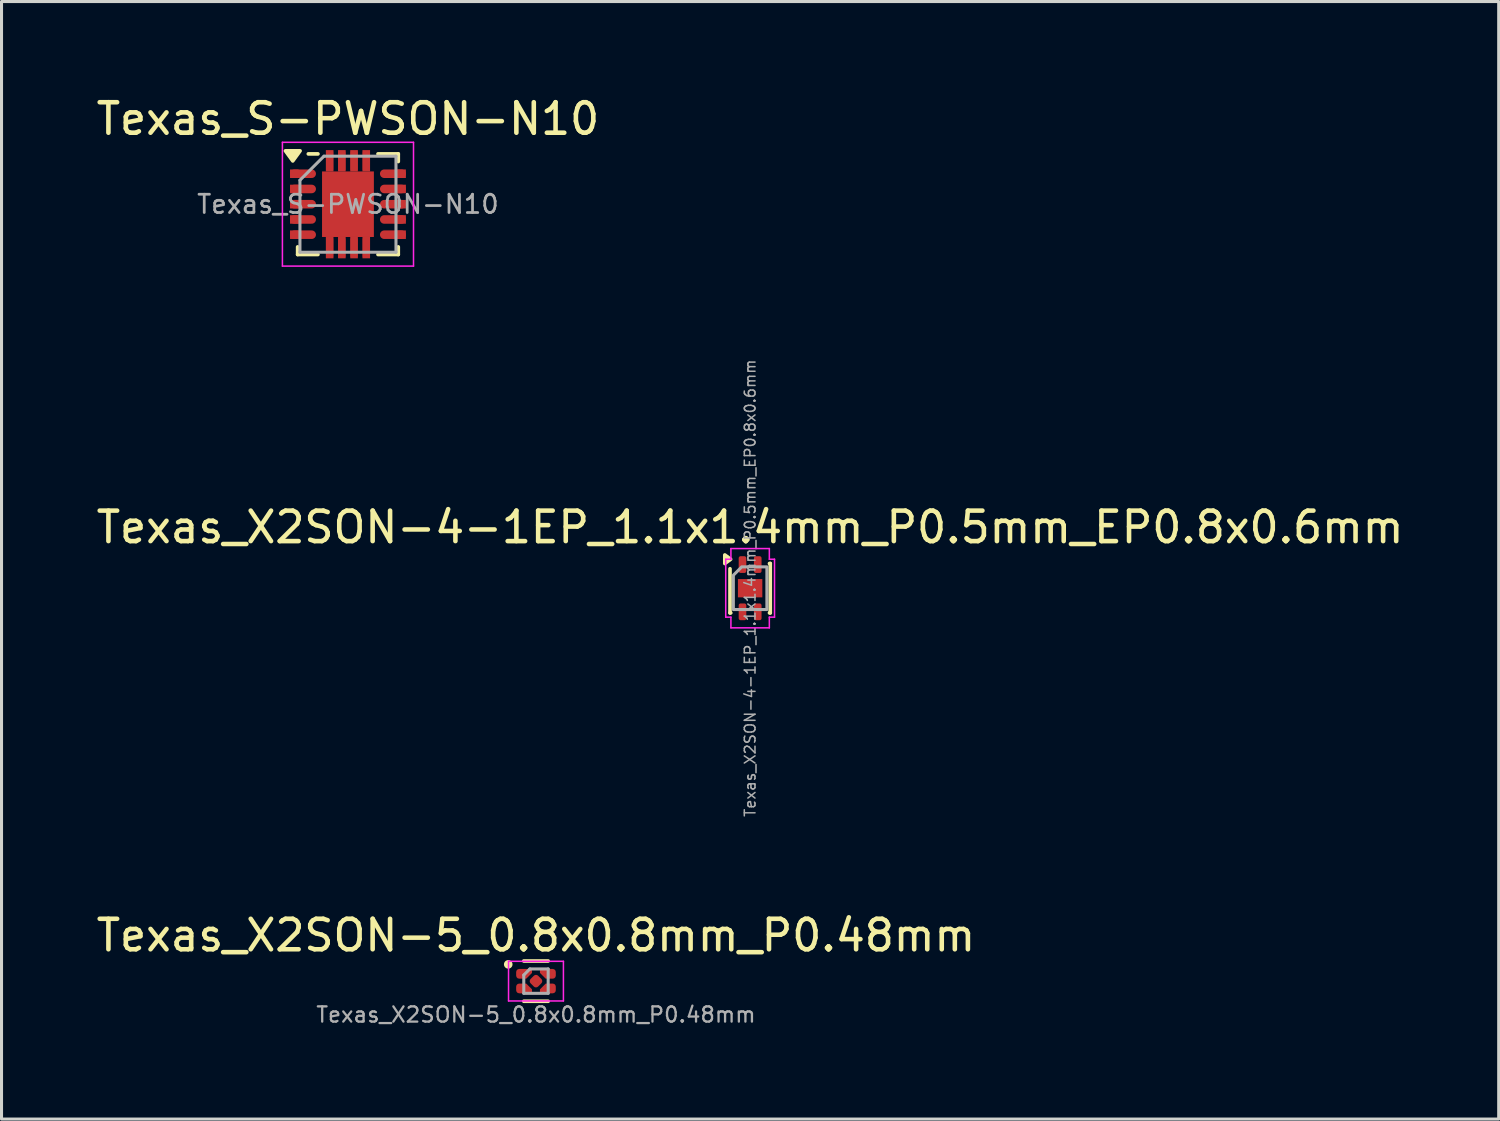
<source format=kicad_pcb>
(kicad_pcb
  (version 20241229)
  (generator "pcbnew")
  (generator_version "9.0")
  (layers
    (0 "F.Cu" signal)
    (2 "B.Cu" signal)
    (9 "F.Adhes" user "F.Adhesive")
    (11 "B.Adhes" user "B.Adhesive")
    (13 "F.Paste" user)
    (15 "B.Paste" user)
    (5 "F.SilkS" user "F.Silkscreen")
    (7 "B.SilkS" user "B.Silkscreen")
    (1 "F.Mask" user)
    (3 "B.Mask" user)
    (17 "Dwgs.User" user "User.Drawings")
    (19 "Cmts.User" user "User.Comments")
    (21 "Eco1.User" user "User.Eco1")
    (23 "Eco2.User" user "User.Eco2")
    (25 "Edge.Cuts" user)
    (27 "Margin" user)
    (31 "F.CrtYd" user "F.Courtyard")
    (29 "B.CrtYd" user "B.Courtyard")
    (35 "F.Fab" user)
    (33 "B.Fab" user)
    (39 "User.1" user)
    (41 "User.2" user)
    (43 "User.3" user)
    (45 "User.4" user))
  (footprint "Texas_S-PWSON-N10"
    (layer "F.Cu")
    (at 8.363 3.648)
    (property "Reference" "Texas_S-PWSON-N10" (at 0 -2.8 0) (layer "F.SilkS") (effects (font (size 1 1) (thickness 0.15))))
    (attr smd)
    (fp_line (start -1.65 1.65) (end -1.65 1.4) (stroke (width 0.12) (type solid)) (layer "F.SilkS"))
    (fp_line (start -1.65 1.65) (end -0.985 1.65) (stroke (width 0.12) (type solid)) (layer "F.SilkS"))
    (fp_line (start -1.3 -1.65) (end -0.985 -1.65) (stroke (width 0.12) (type solid)) (layer "F.SilkS"))
    (fp_line (start 0.985 -1.65) (end 1.65 -1.65) (stroke (width 0.12) (type solid)) (layer "F.SilkS"))
    (fp_line (start 0.985 1.65) (end 1.65 1.65) (stroke (width 0.12) (type solid)) (layer "F.SilkS"))
    (fp_line (start 1.65 -1.4) (end 1.65 -1.65) (stroke (width 0.12) (type solid)) (layer "F.SilkS"))
    (fp_line (start 1.65 1.4) (end 1.65 1.65) (stroke (width 0.12) (type solid)) (layer "F.SilkS"))
    (fp_poly (pts (xy -1.81 -1.42) (xy -2.05 -1.75) (xy -1.57 -1.75) (xy -1.81 -1.42)) (stroke (width 0.12) (type solid)) (fill yes) (layer "F.SilkS"))
    (fp_line (start -2.15 -2.03) (end -2.15 2.03) (stroke (width 0.05) (type solid)) (layer "F.CrtYd"))
    (fp_line (start -2.15 -2.03) (end 2.15 -2.03) (stroke (width 0.05) (type solid)) (layer "F.CrtYd"))
    (fp_line (start -2.15 2.03) (end 2.15 2.03) (stroke (width 0.05) (type solid)) (layer "F.CrtYd"))
    (fp_line (start 2.15 -2.03) (end 2.15 2.03) (stroke (width 0.05) (type solid)) (layer "F.CrtYd"))
    (fp_line (start -1.575 1.575) (end -1.575 -0.787) (stroke (width 0.1) (type solid)) (layer "F.Fab"))
    (fp_line (start -0.787 -1.575) (end -1.575 -0.787) (stroke (width 0.1) (type solid)) (layer "F.Fab"))
    (fp_line (start -0.787 -1.575) (end 1.575 -1.575) (stroke (width 0.1) (type solid)) (layer "F.Fab"))
    (fp_line (start 1.575 -1.575) (end 1.575 1.575) (stroke (width 0.1) (type solid)) (layer "F.Fab"))
    (fp_line (start 1.575 1.575) (end -1.575 1.575) (stroke (width 0.1) (type solid)) (layer "F.Fab"))
    (fp_text user "${REFERENCE}" (at 0 0 0) (layer "F.Fab") (effects (font (size 0.6 0.6) (thickness 0.09))))
    (pad "1" smd rect (at -1.76 -1) (size 0.28 0.28) (layers "F.Cu" "F.Mask" "F.Paste"))
    (pad "1" smd oval (at -1.475 -1) (size 0.85 0.28) (layers "F.Cu" "F.Mask" "F.Paste"))
    (pad "2" smd rect (at -1.76 -0.5) (size 0.28 0.28) (layers "F.Cu" "F.Mask" "F.Paste"))
    (pad "2" smd oval (at -1.475 -0.5) (size 0.85 0.28) (layers "F.Cu" "F.Mask" "F.Paste"))
    (pad "3" smd rect (at -1.76 0) (size 0.28 0.28) (layers "F.Cu" "F.Mask" "F.Paste"))
    (pad "3" smd oval (at -1.475 0) (size 0.85 0.28) (layers "F.Cu" "F.Mask" "F.Paste"))
    (pad "4" smd rect (at -1.76 0.5) (size 0.28 0.28) (layers "F.Cu" "F.Mask" "F.Paste"))
    (pad "4" smd oval (at -1.475 0.5) (size 0.85 0.28) (layers "F.Cu" "F.Mask" "F.Paste"))
    (pad "5" smd rect (at -1.76 1) (size 0.28 0.28) (layers "F.Cu" "F.Mask" "F.Paste"))
    (pad "5" smd oval (at -1.475 1) (size 0.85 0.28) (layers "F.Cu" "F.Mask" "F.Paste"))
    (pad "6" smd oval (at 1.475 1) (size 0.85 0.28) (layers "F.Cu" "F.Mask" "F.Paste"))
    (pad "6" smd rect (at 1.76 1) (size 0.28 0.28) (layers "F.Cu" "F.Mask" "F.Paste"))
    (pad "7" smd oval (at 1.475 0.5) (size 0.85 0.28) (layers "F.Cu" "F.Mask" "F.Paste"))
    (pad "7" smd rect (at 1.76 0.5) (size 0.28 0.28) (layers "F.Cu" "F.Mask" "F.Paste"))
    (pad "8" smd oval (at 1.475 0) (size 0.85 0.28) (layers "F.Cu" "F.Mask" "F.Paste"))
    (pad "8" smd rect (at 1.76 0) (size 0.28 0.28) (layers "F.Cu" "F.Mask" "F.Paste"))
    (pad "9" smd oval (at 1.475 -0.5) (size 0.85 0.28) (layers "F.Cu" "F.Mask" "F.Paste"))
    (pad "9" smd rect (at 1.76 -0.5) (size 0.28 0.28) (layers "F.Cu" "F.Mask" "F.Paste"))
    (pad "10" smd oval (at 1.475 -1) (size 0.85 0.28) (layers "F.Cu" "F.Mask" "F.Paste"))
    (pad "10" smd rect (at 1.76 -1) (size 0.28 0.28) (layers "F.Cu" "F.Mask" "F.Paste"))
    (pad "11" smd rect (at -0.6 -1.425) (size 0.23 0.6) (layers "F.Cu" "F.Mask" "F.Paste"))
    (pad "11" smd rect (at -0.6 -1.425) (size 0.25 0.7) (layers "F.Cu" "F.Mask"))
    (pad "11" smd rect (at -0.6 1.425) (size 0.23 0.6) (layers "F.Cu" "F.Mask" "F.Paste"))
    (pad "11" smd rect (at -0.6 1.425) (size 0.25 0.7) (layers "F.Cu" "F.Mask"))
    (pad "11" smd rect (at -0.435 -0.56) (size 0.65 0.9) (layers "F.Cu" "F.Mask" "F.Paste"))
    (pad "11" smd rect (at -0.435 0.56) (size 0.65 0.9) (layers "F.Cu" "F.Mask" "F.Paste"))
    (pad "11" smd rect (at -0.2 -1.425) (size 0.23 0.6) (layers "F.Cu" "F.Mask" "F.Paste"))
    (pad "11" smd rect (at -0.2 -1.425) (size 0.25 0.7) (layers "F.Cu" "F.Mask"))
    (pad "11" smd rect (at -0.2 1.425) (size 0.23 0.6) (layers "F.Cu" "F.Mask" "F.Paste"))
    (pad "11" smd rect (at -0.2 1.425) (size 0.25 0.7) (layers "F.Cu" "F.Mask"))
    (pad "11" smd rect (at 0 0) (size 1.7 2.15) (layers "F.Cu" "F.Mask"))
    (pad "11" smd rect (at 0.2 -1.425) (size 0.23 0.6) (layers "F.Cu" "F.Mask" "F.Paste"))
    (pad "11" smd rect (at 0.2 -1.425) (size 0.25 0.7) (layers "F.Cu" "F.Mask"))
    (pad "11" smd rect (at 0.2 1.425) (size 0.23 0.6) (layers "F.Cu" "F.Mask" "F.Paste"))
    (pad "11" smd rect (at 0.2 1.425) (size 0.25 0.7) (layers "F.Cu" "F.Mask"))
    (pad "11" smd rect (at 0.435 -0.56) (size 0.65 0.9) (layers "F.Cu" "F.Mask" "F.Paste"))
    (pad "11" smd rect (at 0.435 0.56) (size 0.65 0.9) (layers "F.Cu" "F.Mask" "F.Paste"))
    (pad "11" smd rect (at 0.6 -1.425) (size 0.23 0.6) (layers "F.Cu" "F.Mask" "F.Paste"))
    (pad "11" smd rect (at 0.6 -1.425) (size 0.25 0.7) (layers "F.Cu" "F.Mask"))
    (pad "11" smd rect (at 0.6 1.425) (size 0.23 0.6) (layers "F.Cu" "F.Mask" "F.Paste"))
    (pad "11" smd rect (at 0.6 1.425) (size 0.25 0.7) (layers "F.Cu" "F.Mask")))
  (footprint "Texas_X2SON-4-1EP_1.1x1.4mm_P0.5mm_EP0.8x0.6mm"
    (layer "F.Cu")
    (at 21.554 16.243)
    (property "Reference" "Texas_X2SON-4-1EP_1.1x1.4mm_P0.5mm_EP0.8x0.6mm" (at 0 -2 0) (layer "F.SilkS") (effects (font (size 1 1) (thickness 0.15))))
    (attr smd)
    (fp_line (start -0.66 0.81) (end -0.66 -0.637) (stroke (width 0.12) (type solid)) (layer "F.SilkS"))
    (fp_line (start -0.635 0.81) (end -0.66 0.81) (stroke (width 0.12) (type solid)) (layer "F.SilkS"))
    (fp_line (start 0.635 -0.81) (end 0.66 -0.81) (stroke (width 0.12) (type solid)) (layer "F.SilkS"))
    (fp_line (start 0.66 -0.81) (end 0.66 0.81) (stroke (width 0.12) (type solid)) (layer "F.SilkS"))
    (fp_line (start 0.66 0.81) (end 0.635 0.81) (stroke (width 0.12) (type solid)) (layer "F.SilkS"))
    (fp_poly (pts (xy -0.64 -0.95) (xy -0.83 -0.81) (xy -0.83 -1.09)) (stroke (width 0.12) (type solid)) (fill yes) (layer "F.SilkS"))
    (fp_line (start -0.8 -0.95) (end -0.63 -0.95) (stroke (width 0.05) (type solid)) (layer "F.CrtYd"))
    (fp_line (start -0.8 0.95) (end -0.8 -0.95) (stroke (width 0.05) (type solid)) (layer "F.CrtYd"))
    (fp_line (start -0.63 -1.3) (end 0.63 -1.3) (stroke (width 0.05) (type solid)) (layer "F.CrtYd"))
    (fp_line (start -0.63 -0.95) (end -0.63 -1.3) (stroke (width 0.05) (type solid)) (layer "F.CrtYd"))
    (fp_line (start -0.63 0.95) (end -0.8 0.95) (stroke (width 0.05) (type solid)) (layer "F.CrtYd"))
    (fp_line (start -0.63 1.3) (end -0.63 0.95) (stroke (width 0.05) (type solid)) (layer "F.CrtYd"))
    (fp_line (start 0.63 -1.3) (end 0.63 -0.95) (stroke (width 0.05) (type solid)) (layer "F.CrtYd"))
    (fp_line (start 0.63 -0.95) (end 0.8 -0.95) (stroke (width 0.05) (type solid)) (layer "F.CrtYd"))
    (fp_line (start 0.63 0.95) (end 0.63 1.3) (stroke (width 0.05) (type solid)) (layer "F.CrtYd"))
    (fp_line (start 0.63 1.3) (end -0.63 1.3) (stroke (width 0.05) (type solid)) (layer "F.CrtYd"))
    (fp_line (start 0.8 -0.95) (end 0.8 0.95) (stroke (width 0.05) (type solid)) (layer "F.CrtYd"))
    (fp_line (start 0.8 0.95) (end 0.63 0.95) (stroke (width 0.05) (type solid)) (layer "F.CrtYd"))
    (fp_poly (pts (xy -0.55 -0.425) (xy -0.55 0.7) (xy 0.55 0.7) (xy 0.55 -0.7) (xy -0.275 -0.7)) (stroke (width 0.1) (type solid)) (fill no) (layer "F.Fab"))
    (fp_text user "${REFERENCE}" (at 0 0 90) (layer "F.Fab") (effects (font (size 0.35 0.35) (thickness 0.05))))
    (pad "" smd roundrect (at 0 0) (size 0.64 0.48) (layers "F.Paste") (roundrect_rratio 0.25))
    (pad "1" smd roundrect (at -0.25 -0.775) (size 0.25 0.55) (layers "F.Cu" "F.Mask" "F.Paste") (roundrect_rratio 0.25))
    (pad "2" smd roundrect (at -0.25 0.775) (size 0.25 0.55) (layers "F.Cu" "F.Mask" "F.Paste") (roundrect_rratio 0.25))
    (pad "3" smd roundrect (at 0.25 0.775) (size 0.25 0.55) (layers "F.Cu" "F.Mask" "F.Paste") (roundrect_rratio 0.25))
    (pad "4" smd roundrect (at 0.25 -0.775) (size 0.25 0.55) (layers "F.Cu" "F.Mask" "F.Paste") (roundrect_rratio 0.25))
    (pad "5" smd rect (at 0 0) (size 0.8 0.6) (property pad_prop_heatsink) (layers "F.Cu" "F.Mask")))
  (footprint "Texas_X2SON-5_0.8x0.8mm_P0.48mm"
    (layer "F.Cu")
    (at 14.53 29.131)
    (property "Reference" "Texas_X2SON-5_0.8x0.8mm_P0.48mm" (at 0 -1.5 0) (layer "F.SilkS") (effects (font (size 1 1) (thickness 0.15))))
    (attr smd)
    (fp_line (start -0.4 -0.66) (end 0.4 -0.66) (stroke (width 0.12) (type solid)) (layer "F.SilkS"))
    (fp_line (start -0.4 0.66) (end 0.4 0.66) (stroke (width 0.12) (type solid)) (layer "F.SilkS"))
    (fp_circle (center -0.91 -0.55) (end -0.77 -0.56) (stroke (width 0) (type solid)) (fill yes) (layer "F.SilkS"))
    (fp_line (start -0.9 -0.65) (end 0.9 -0.65) (stroke (width 0.05) (type solid)) (layer "F.CrtYd"))
    (fp_line (start -0.9 0.65) (end -0.9 -0.65) (stroke (width 0.05) (type solid)) (layer "F.CrtYd"))
    (fp_line (start 0.9 -0.65) (end 0.9 0.65) (stroke (width 0.05) (type solid)) (layer "F.CrtYd"))
    (fp_line (start 0.9 0.65) (end -0.9 0.65) (stroke (width 0.05) (type solid)) (layer "F.CrtYd"))
    (fp_line (start -0.4 -0.2) (end -0.2 -0.4) (stroke (width 0.1) (type solid)) (layer "F.Fab"))
    (fp_line (start -0.4 0.4) (end -0.4 -0.2) (stroke (width 0.1) (type solid)) (layer "F.Fab"))
    (fp_line (start -0.2 -0.4) (end 0.4 -0.4) (stroke (width 0.1) (type solid)) (layer "F.Fab"))
    (fp_line (start 0.4 -0.4) (end 0.4 0.4) (stroke (width 0.1) (type solid)) (layer "F.Fab"))
    (fp_line (start 0.4 0.4) (end -0.4 0.4) (stroke (width 0.1) (type solid)) (layer "F.Fab"))
    (fp_text user "${REFERENCE}" (at 0 1.1 0) (unlocked yes) (layer "F.Fab") (effects (font (size 0.5 0.5) (thickness 0.075))))
    (pad "" smd custom (at -0.39 -0.24) (size 0.15 0.15) (layers "F.Mask" "F.Paste") (options (anchor circle)) (primitives (gr_poly (pts (xy 0.05 0.11) (xy 0.21 -0.05) (xy 0.21 -0.11) (xy -0.16 -0.11) (xy -0.195 -0.095) (xy -0.21 -0.06) (xy -0.21 0.06) (xy -0.195 0.095) (xy -0.16 0.11)) (width 0) (fill yes))))
    (pad "" smd custom (at -0.39 0.24) (size 0.05 0.05) (layers "F.Mask" "F.Paste") (options (anchor circle)) (primitives (gr_poly (pts (xy -0.16 -0.11) (xy 0.05 -0.11) (xy 0.21 0.05) (xy 0.21 0.11) (xy -0.16 0.11) (xy -0.195 0.095) (xy -0.21 0.06) (xy -0.21 -0.06) (xy -0.195 -0.095)) (width 0) (fill yes))))
    (pad "" smd custom (at 0.39 -0.24) (size 0.05 0.05) (layers "F.Mask" "F.Paste") (options (anchor circle)) (primitives (gr_poly (pts (xy 0.16 0.11) (xy -0.05 0.11) (xy -0.21 -0.05) (xy -0.21 -0.11) (xy 0.16 -0.11) (xy 0.195 -0.095) (xy 0.21 -0.06) (xy 0.21 0.06) (xy 0.195 0.095)) (width 0) (fill yes))))
    (pad "" smd custom (at 0.39 0.24) (size 0.15 0.15) (layers "F.Paste") (options (anchor circle)) (primitives (gr_poly (pts (xy -0.05 -0.11) (xy -0.21 0.05) (xy -0.21 0.11) (xy 0.16 0.11) (xy 0.195 0.095) (xy 0.21 0.06) (xy 0.21 -0.06) (xy 0.195 -0.095) (xy 0.16 -0.11)) (width 0) (fill yes))))
    (pad "1" smd custom (at -0.39 -0.24) (size 0.15 0.15) (layers "F.Cu" "F.Mask") (options (anchor circle)) (primitives (gr_poly (pts (xy 0.071 0.16) (xy 0.26 -0.029) (xy 0.26 -0.16) (xy -0.16 -0.16) (xy -0.21 -0.147) (xy -0.247 -0.11) (xy -0.26 -0.06) (xy -0.26 0.06) (xy -0.247 0.11) (xy -0.21 0.147) (xy -0.16 0.16)) (width 0) (fill yes))))
    (pad "2" smd custom (at -0.39 0.24) (size 0.05 0.05) (layers "F.Cu" "F.Mask") (options (anchor circle)) (primitives (gr_poly (pts (xy -0.21 -0.147) (xy -0.16 -0.16) (xy 0.071 -0.16) (xy 0.26 0.029) (xy 0.26 0.16) (xy -0.16 0.16) (xy -0.21 0.147) (xy -0.247 0.11) (xy -0.26 0.06) (xy -0.26 -0.06) (xy -0.247 -0.11)) (width 0) (fill yes))))
    (pad "3" smd roundrect (at 0 0 45) (size 0.35 0.35) (layers "F.Cu" "F.Mask" "F.Paste") (roundrect_rratio 0.286))
    (pad "4" smd custom (at 0.39 0.24) (size 0.15 0.15) (layers "F.Cu" "F.Mask") (options (anchor circle)) (primitives (gr_poly (pts (xy -0.071 -0.16) (xy -0.26 0.029) (xy -0.26 0.16) (xy 0.16 0.16) (xy 0.21 0.147) (xy 0.247 0.11) (xy 0.26 0.06) (xy 0.26 -0.06) (xy 0.247 -0.11) (xy 0.21 -0.147) (xy 0.16 -0.16)) (width 0) (fill yes))))
    (pad "5" smd custom (at 0.39 -0.24) (size 0.05 0.05) (layers "F.Cu" "F.Mask") (options (anchor circle)) (primitives (gr_poly (pts (xy 0.21 0.147) (xy 0.16 0.16) (xy -0.071 0.16) (xy -0.26 -0.029) (xy -0.26 -0.16) (xy 0.16 -0.16) (xy 0.21 -0.147) (xy 0.247 -0.11) (xy 0.26 -0.06) (xy 0.26 0.06) (xy 0.247 0.11)) (width 0) (fill yes)))))
  (gr_rect
    (start -3 -3)
    (end 46.107 33.656)
    (stroke (width 0.1) (type default))
    (fill no)
    (layer "Edge.Cuts")))
</source>
